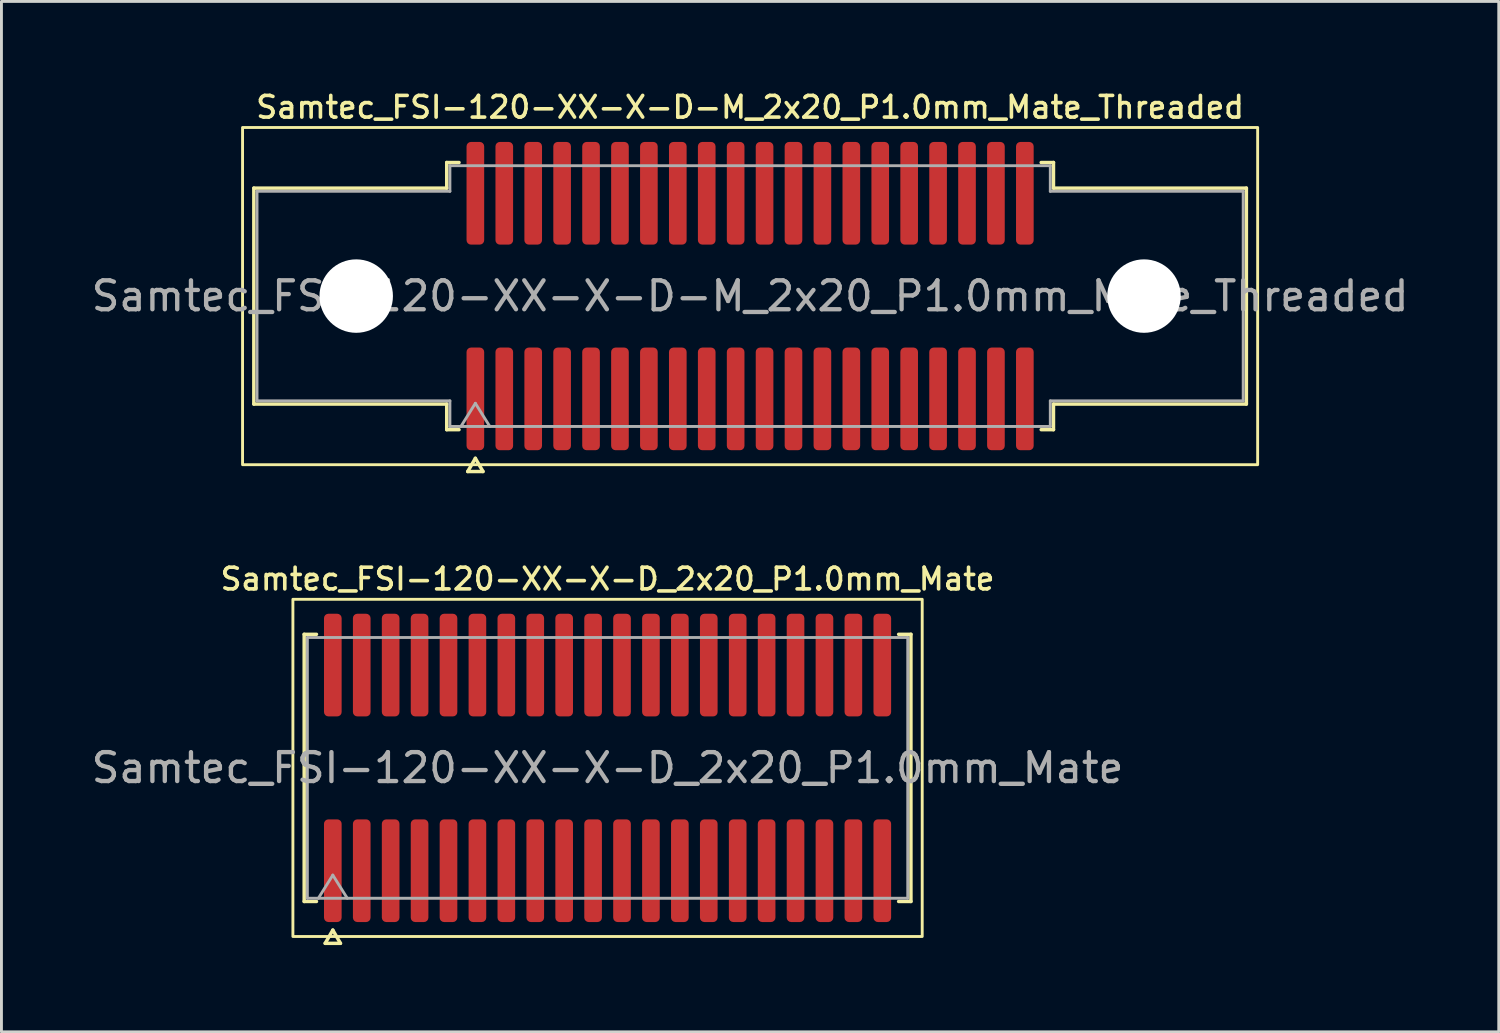
<source format=kicad_pcb>
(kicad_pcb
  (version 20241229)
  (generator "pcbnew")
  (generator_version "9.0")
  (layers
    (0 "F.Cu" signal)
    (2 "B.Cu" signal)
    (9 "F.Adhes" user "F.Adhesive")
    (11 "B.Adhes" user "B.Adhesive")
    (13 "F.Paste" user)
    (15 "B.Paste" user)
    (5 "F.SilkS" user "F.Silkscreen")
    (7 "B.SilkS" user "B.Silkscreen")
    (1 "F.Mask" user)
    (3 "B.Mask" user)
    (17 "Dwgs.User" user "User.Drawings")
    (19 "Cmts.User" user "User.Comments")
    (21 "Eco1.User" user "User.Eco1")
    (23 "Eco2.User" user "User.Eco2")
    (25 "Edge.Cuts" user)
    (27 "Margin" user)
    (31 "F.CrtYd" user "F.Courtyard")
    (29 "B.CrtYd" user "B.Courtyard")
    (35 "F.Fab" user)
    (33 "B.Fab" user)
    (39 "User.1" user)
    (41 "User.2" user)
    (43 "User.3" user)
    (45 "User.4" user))
  (footprint "Samtec_FSI-120-XX-X-D_2x20_P1.0mm_Mate"
    (layer "F.Cu")
    (at 17.958 23.502)
    (property "Reference" "Samtec_FSI-120-XX-X-D_2x20_P1.0mm_Mate" (at 0 -6.53 0) (layer "F.SilkS") (effects (font (size 0.75 0.75) (thickness 0.125))))
    (attr exclude_from_pos_files exclude_from_bom)
    (fp_line (start -10.49 -4.619) (end -10.065 -4.619) (stroke (width 0.12) (type solid)) (layer "F.SilkS"))
    (fp_line (start -10.49 4.619) (end -10.49 -4.619) (stroke (width 0.12) (type solid)) (layer "F.SilkS"))
    (fp_line (start -10.065 4.619) (end -10.49 4.619) (stroke (width 0.12) (type solid)) (layer "F.SilkS"))
    (fp_line (start -9.764 6.066) (end -9.5 5.609) (stroke (width 0.12) (type solid)) (layer "F.SilkS"))
    (fp_line (start -9.5 5.609) (end -9.236 6.066) (stroke (width 0.12) (type solid)) (layer "F.SilkS"))
    (fp_line (start -9.236 6.066) (end -9.764 6.066) (stroke (width 0.12) (type solid)) (layer "F.SilkS"))
    (fp_line (start 10.065 -4.619) (end 10.49 -4.619) (stroke (width 0.12) (type solid)) (layer "F.SilkS"))
    (fp_line (start 10.49 -4.619) (end 10.49 4.619) (stroke (width 0.12) (type solid)) (layer "F.SilkS"))
    (fp_line (start 10.49 4.619) (end 10.065 4.619) (stroke (width 0.12) (type solid)) (layer "F.SilkS"))
    (fp_rect (start -10.88 -5.83) (end 10.88 5.83) (stroke (width 0.1) (type solid)) (fill no) (layer "F.SilkS"))
    (fp_line (start -10.38 -4.508) (end 10.38 -4.508) (stroke (width 0.1) (type solid)) (layer "F.Fab"))
    (fp_line (start -10.38 4.508) (end -10.38 -4.508) (stroke (width 0.1) (type solid)) (layer "F.Fab"))
    (fp_line (start -10 4.508) (end -9.5 3.708) (stroke (width 0.1) (type solid)) (layer "F.Fab"))
    (fp_line (start -9.5 3.708) (end -9 4.508) (stroke (width 0.1) (type solid)) (layer "F.Fab"))
    (fp_line (start 10.38 -4.508) (end 10.38 4.508) (stroke (width 0.1) (type solid)) (layer "F.Fab"))
    (fp_line (start 10.38 4.508) (end -10.38 4.508) (stroke (width 0.1) (type solid)) (layer "F.Fab"))
    (fp_text user "${REFERENCE}" (at 0 0 0) (layer "F.Fab") (effects (font (size 1 1) (thickness 0.15))))
    (pad "1" smd roundrect (at -9.5 3.555) (size 0.61 3.55) (layers "F.Cu" "F.Mask") (roundrect_rratio 0.25))
    (pad "2" smd roundrect (at -9.5 -3.555) (size 0.61 3.55) (layers "F.Cu" "F.Mask") (roundrect_rratio 0.25))
    (pad "3" smd roundrect (at -8.5 3.555) (size 0.61 3.55) (layers "F.Cu" "F.Mask") (roundrect_rratio 0.25))
    (pad "4" smd roundrect (at -8.5 -3.555) (size 0.61 3.55) (layers "F.Cu" "F.Mask") (roundrect_rratio 0.25))
    (pad "5" smd roundrect (at -7.5 3.555) (size 0.61 3.55) (layers "F.Cu" "F.Mask") (roundrect_rratio 0.25))
    (pad "6" smd roundrect (at -7.5 -3.555) (size 0.61 3.55) (layers "F.Cu" "F.Mask") (roundrect_rratio 0.25))
    (pad "7" smd roundrect (at -6.5 3.555) (size 0.61 3.55) (layers "F.Cu" "F.Mask") (roundrect_rratio 0.25))
    (pad "8" smd roundrect (at -6.5 -3.555) (size 0.61 3.55) (layers "F.Cu" "F.Mask") (roundrect_rratio 0.25))
    (pad "9" smd roundrect (at -5.5 3.555) (size 0.61 3.55) (layers "F.Cu" "F.Mask") (roundrect_rratio 0.25))
    (pad "10" smd roundrect (at -5.5 -3.555) (size 0.61 3.55) (layers "F.Cu" "F.Mask") (roundrect_rratio 0.25))
    (pad "11" smd roundrect (at -4.5 3.555) (size 0.61 3.55) (layers "F.Cu" "F.Mask") (roundrect_rratio 0.25))
    (pad "12" smd roundrect (at -4.5 -3.555) (size 0.61 3.55) (layers "F.Cu" "F.Mask") (roundrect_rratio 0.25))
    (pad "13" smd roundrect (at -3.5 3.555) (size 0.61 3.55) (layers "F.Cu" "F.Mask") (roundrect_rratio 0.25))
    (pad "14" smd roundrect (at -3.5 -3.555) (size 0.61 3.55) (layers "F.Cu" "F.Mask") (roundrect_rratio 0.25))
    (pad "15" smd roundrect (at -2.5 3.555) (size 0.61 3.55) (layers "F.Cu" "F.Mask") (roundrect_rratio 0.25))
    (pad "16" smd roundrect (at -2.5 -3.555) (size 0.61 3.55) (layers "F.Cu" "F.Mask") (roundrect_rratio 0.25))
    (pad "17" smd roundrect (at -1.5 3.555) (size 0.61 3.55) (layers "F.Cu" "F.Mask") (roundrect_rratio 0.25))
    (pad "18" smd roundrect (at -1.5 -3.555) (size 0.61 3.55) (layers "F.Cu" "F.Mask") (roundrect_rratio 0.25))
    (pad "19" smd roundrect (at -0.5 3.555) (size 0.61 3.55) (layers "F.Cu" "F.Mask") (roundrect_rratio 0.25))
    (pad "20" smd roundrect (at -0.5 -3.555) (size 0.61 3.55) (layers "F.Cu" "F.Mask") (roundrect_rratio 0.25))
    (pad "21" smd roundrect (at 0.5 3.555) (size 0.61 3.55) (layers "F.Cu" "F.Mask") (roundrect_rratio 0.25))
    (pad "22" smd roundrect (at 0.5 -3.555) (size 0.61 3.55) (layers "F.Cu" "F.Mask") (roundrect_rratio 0.25))
    (pad "23" smd roundrect (at 1.5 3.555) (size 0.61 3.55) (layers "F.Cu" "F.Mask") (roundrect_rratio 0.25))
    (pad "24" smd roundrect (at 1.5 -3.555) (size 0.61 3.55) (layers "F.Cu" "F.Mask") (roundrect_rratio 0.25))
    (pad "25" smd roundrect (at 2.5 3.555) (size 0.61 3.55) (layers "F.Cu" "F.Mask") (roundrect_rratio 0.25))
    (pad "26" smd roundrect (at 2.5 -3.555) (size 0.61 3.55) (layers "F.Cu" "F.Mask") (roundrect_rratio 0.25))
    (pad "27" smd roundrect (at 3.5 3.555) (size 0.61 3.55) (layers "F.Cu" "F.Mask") (roundrect_rratio 0.25))
    (pad "28" smd roundrect (at 3.5 -3.555) (size 0.61 3.55) (layers "F.Cu" "F.Mask") (roundrect_rratio 0.25))
    (pad "29" smd roundrect (at 4.5 3.555) (size 0.61 3.55) (layers "F.Cu" "F.Mask") (roundrect_rratio 0.25))
    (pad "30" smd roundrect (at 4.5 -3.555) (size 0.61 3.55) (layers "F.Cu" "F.Mask") (roundrect_rratio 0.25))
    (pad "31" smd roundrect (at 5.5 3.555) (size 0.61 3.55) (layers "F.Cu" "F.Mask") (roundrect_rratio 0.25))
    (pad "32" smd roundrect (at 5.5 -3.555) (size 0.61 3.55) (layers "F.Cu" "F.Mask") (roundrect_rratio 0.25))
    (pad "33" smd roundrect (at 6.5 3.555) (size 0.61 3.55) (layers "F.Cu" "F.Mask") (roundrect_rratio 0.25))
    (pad "34" smd roundrect (at 6.5 -3.555) (size 0.61 3.55) (layers "F.Cu" "F.Mask") (roundrect_rratio 0.25))
    (pad "35" smd roundrect (at 7.5 3.555) (size 0.61 3.55) (layers "F.Cu" "F.Mask") (roundrect_rratio 0.25))
    (pad "36" smd roundrect (at 7.5 -3.555) (size 0.61 3.55) (layers "F.Cu" "F.Mask") (roundrect_rratio 0.25))
    (pad "37" smd roundrect (at 8.5 3.555) (size 0.61 3.55) (layers "F.Cu" "F.Mask") (roundrect_rratio 0.25))
    (pad "38" smd roundrect (at 8.5 -3.555) (size 0.61 3.55) (layers "F.Cu" "F.Mask") (roundrect_rratio 0.25))
    (pad "39" smd roundrect (at 9.5 3.555) (size 0.61 3.55) (layers "F.Cu" "F.Mask") (roundrect_rratio 0.25))
    (pad "40" smd roundrect (at 9.5 -3.555) (size 0.61 3.55) (layers "F.Cu" "F.Mask") (roundrect_rratio 0.25)))
  (footprint "Samtec_FSI-120-XX-X-D-M_2x20_P1.0mm_Mate_Threaded"
    (layer "F.Cu")
    (at 22.887 7.188)
    (property "Reference" "Samtec_FSI-120-XX-X-D-M_2x20_P1.0mm_Mate_Threaded" (at 0 -6.53 0) (layer "F.SilkS") (effects (font (size 0.75 0.75) (thickness 0.125))))
    (attr exclude_from_pos_files exclude_from_bom)
    (fp_line (start -17.16 -3.733) (end -10.49 -3.733) (stroke (width 0.12) (type solid)) (layer "F.SilkS"))
    (fp_line (start -17.16 3.733) (end -17.16 -3.733) (stroke (width 0.12) (type solid)) (layer "F.SilkS"))
    (fp_line (start -10.49 -4.619) (end -10.065 -4.619) (stroke (width 0.12) (type solid)) (layer "F.SilkS"))
    (fp_line (start -10.49 -3.733) (end -10.49 -4.619) (stroke (width 0.12) (type solid)) (layer "F.SilkS"))
    (fp_line (start -10.49 3.733) (end -17.16 3.733) (stroke (width 0.12) (type solid)) (layer "F.SilkS"))
    (fp_line (start -10.49 4.619) (end -10.49 3.733) (stroke (width 0.12) (type solid)) (layer "F.SilkS"))
    (fp_line (start -10.065 4.619) (end -10.49 4.619) (stroke (width 0.12) (type solid)) (layer "F.SilkS"))
    (fp_line (start -9.764 6.066) (end -9.5 5.609) (stroke (width 0.12) (type solid)) (layer "F.SilkS"))
    (fp_line (start -9.5 5.609) (end -9.236 6.066) (stroke (width 0.12) (type solid)) (layer "F.SilkS"))
    (fp_line (start -9.236 6.066) (end -9.764 6.066) (stroke (width 0.12) (type solid)) (layer "F.SilkS"))
    (fp_line (start 10.065 -4.619) (end 10.49 -4.619) (stroke (width 0.12) (type solid)) (layer "F.SilkS"))
    (fp_line (start 10.49 -4.619) (end 10.49 -3.733) (stroke (width 0.12) (type solid)) (layer "F.SilkS"))
    (fp_line (start 10.49 -3.733) (end 17.16 -3.733) (stroke (width 0.12) (type solid)) (layer "F.SilkS"))
    (fp_line (start 10.49 3.733) (end 10.49 4.619) (stroke (width 0.12) (type solid)) (layer "F.SilkS"))
    (fp_line (start 10.49 4.619) (end 10.065 4.619) (stroke (width 0.12) (type solid)) (layer "F.SilkS"))
    (fp_line (start 17.16 -3.733) (end 17.16 3.733) (stroke (width 0.12) (type solid)) (layer "F.SilkS"))
    (fp_line (start 17.16 3.733) (end 10.49 3.733) (stroke (width 0.12) (type solid)) (layer "F.SilkS"))
    (fp_rect (start -17.55 -5.83) (end 17.55 5.83) (stroke (width 0.1) (type solid)) (fill no) (layer "F.SilkS"))
    (fp_line (start -17.05 -3.623) (end -10.38 -3.623) (stroke (width 0.1) (type solid)) (layer "F.Fab"))
    (fp_line (start -17.05 3.623) (end -17.05 -3.623) (stroke (width 0.1) (type solid)) (layer "F.Fab"))
    (fp_line (start -10.38 -4.508) (end 10.38 -4.508) (stroke (width 0.1) (type solid)) (layer "F.Fab"))
    (fp_line (start -10.38 -3.623) (end -10.38 -4.508) (stroke (width 0.1) (type solid)) (layer "F.Fab"))
    (fp_line (start -10.38 3.623) (end -17.05 3.623) (stroke (width 0.1) (type solid)) (layer "F.Fab"))
    (fp_line (start -10.38 4.508) (end -10.38 3.623) (stroke (width 0.1) (type solid)) (layer "F.Fab"))
    (fp_line (start -10 4.508) (end -9.5 3.708) (stroke (width 0.1) (type solid)) (layer "F.Fab"))
    (fp_line (start -9.5 3.708) (end -9 4.508) (stroke (width 0.1) (type solid)) (layer "F.Fab"))
    (fp_line (start 10.38 -4.508) (end 10.38 -3.623) (stroke (width 0.1) (type solid)) (layer "F.Fab"))
    (fp_line (start 10.38 -3.623) (end 17.05 -3.623) (stroke (width 0.1) (type solid)) (layer "F.Fab"))
    (fp_line (start 10.38 3.623) (end 10.38 4.508) (stroke (width 0.1) (type solid)) (layer "F.Fab"))
    (fp_line (start 10.38 4.508) (end -10.38 4.508) (stroke (width 0.1) (type solid)) (layer "F.Fab"))
    (fp_line (start 17.05 -3.623) (end 17.05 3.623) (stroke (width 0.1) (type solid)) (layer "F.Fab"))
    (fp_line (start 17.05 3.623) (end 10.38 3.623) (stroke (width 0.1) (type solid)) (layer "F.Fab"))
    (fp_text user "${REFERENCE}" (at 0 0 0) (layer "F.Fab") (effects (font (size 1 1) (thickness 0.15))))
    (pad "" np_thru_hole circle (at -13.62 0) (size 2.54 2.54) (drill 2.54) (layers "*.Cu" "*.Mask"))
    (pad "" np_thru_hole circle (at 13.62 0) (size 2.54 2.54) (drill 2.54) (layers "*.Cu" "*.Mask"))
    (pad "1" smd roundrect (at -9.5 3.555) (size 0.61 3.55) (layers "F.Cu" "F.Mask") (roundrect_rratio 0.25))
    (pad "2" smd roundrect (at -9.5 -3.555) (size 0.61 3.55) (layers "F.Cu" "F.Mask") (roundrect_rratio 0.25))
    (pad "3" smd roundrect (at -8.5 3.555) (size 0.61 3.55) (layers "F.Cu" "F.Mask") (roundrect_rratio 0.25))
    (pad "4" smd roundrect (at -8.5 -3.555) (size 0.61 3.55) (layers "F.Cu" "F.Mask") (roundrect_rratio 0.25))
    (pad "5" smd roundrect (at -7.5 3.555) (size 0.61 3.55) (layers "F.Cu" "F.Mask") (roundrect_rratio 0.25))
    (pad "6" smd roundrect (at -7.5 -3.555) (size 0.61 3.55) (layers "F.Cu" "F.Mask") (roundrect_rratio 0.25))
    (pad "7" smd roundrect (at -6.5 3.555) (size 0.61 3.55) (layers "F.Cu" "F.Mask") (roundrect_rratio 0.25))
    (pad "8" smd roundrect (at -6.5 -3.555) (size 0.61 3.55) (layers "F.Cu" "F.Mask") (roundrect_rratio 0.25))
    (pad "9" smd roundrect (at -5.5 3.555) (size 0.61 3.55) (layers "F.Cu" "F.Mask") (roundrect_rratio 0.25))
    (pad "10" smd roundrect (at -5.5 -3.555) (size 0.61 3.55) (layers "F.Cu" "F.Mask") (roundrect_rratio 0.25))
    (pad "11" smd roundrect (at -4.5 3.555) (size 0.61 3.55) (layers "F.Cu" "F.Mask") (roundrect_rratio 0.25))
    (pad "12" smd roundrect (at -4.5 -3.555) (size 0.61 3.55) (layers "F.Cu" "F.Mask") (roundrect_rratio 0.25))
    (pad "13" smd roundrect (at -3.5 3.555) (size 0.61 3.55) (layers "F.Cu" "F.Mask") (roundrect_rratio 0.25))
    (pad "14" smd roundrect (at -3.5 -3.555) (size 0.61 3.55) (layers "F.Cu" "F.Mask") (roundrect_rratio 0.25))
    (pad "15" smd roundrect (at -2.5 3.555) (size 0.61 3.55) (layers "F.Cu" "F.Mask") (roundrect_rratio 0.25))
    (pad "16" smd roundrect (at -2.5 -3.555) (size 0.61 3.55) (layers "F.Cu" "F.Mask") (roundrect_rratio 0.25))
    (pad "17" smd roundrect (at -1.5 3.555) (size 0.61 3.55) (layers "F.Cu" "F.Mask") (roundrect_rratio 0.25))
    (pad "18" smd roundrect (at -1.5 -3.555) (size 0.61 3.55) (layers "F.Cu" "F.Mask") (roundrect_rratio 0.25))
    (pad "19" smd roundrect (at -0.5 3.555) (size 0.61 3.55) (layers "F.Cu" "F.Mask") (roundrect_rratio 0.25))
    (pad "20" smd roundrect (at -0.5 -3.555) (size 0.61 3.55) (layers "F.Cu" "F.Mask") (roundrect_rratio 0.25))
    (pad "21" smd roundrect (at 0.5 3.555) (size 0.61 3.55) (layers "F.Cu" "F.Mask") (roundrect_rratio 0.25))
    (pad "22" smd roundrect (at 0.5 -3.555) (size 0.61 3.55) (layers "F.Cu" "F.Mask") (roundrect_rratio 0.25))
    (pad "23" smd roundrect (at 1.5 3.555) (size 0.61 3.55) (layers "F.Cu" "F.Mask") (roundrect_rratio 0.25))
    (pad "24" smd roundrect (at 1.5 -3.555) (size 0.61 3.55) (layers "F.Cu" "F.Mask") (roundrect_rratio 0.25))
    (pad "25" smd roundrect (at 2.5 3.555) (size 0.61 3.55) (layers "F.Cu" "F.Mask") (roundrect_rratio 0.25))
    (pad "26" smd roundrect (at 2.5 -3.555) (size 0.61 3.55) (layers "F.Cu" "F.Mask") (roundrect_rratio 0.25))
    (pad "27" smd roundrect (at 3.5 3.555) (size 0.61 3.55) (layers "F.Cu" "F.Mask") (roundrect_rratio 0.25))
    (pad "28" smd roundrect (at 3.5 -3.555) (size 0.61 3.55) (layers "F.Cu" "F.Mask") (roundrect_rratio 0.25))
    (pad "29" smd roundrect (at 4.5 3.555) (size 0.61 3.55) (layers "F.Cu" "F.Mask") (roundrect_rratio 0.25))
    (pad "30" smd roundrect (at 4.5 -3.555) (size 0.61 3.55) (layers "F.Cu" "F.Mask") (roundrect_rratio 0.25))
    (pad "31" smd roundrect (at 5.5 3.555) (size 0.61 3.55) (layers "F.Cu" "F.Mask") (roundrect_rratio 0.25))
    (pad "32" smd roundrect (at 5.5 -3.555) (size 0.61 3.55) (layers "F.Cu" "F.Mask") (roundrect_rratio 0.25))
    (pad "33" smd roundrect (at 6.5 3.555) (size 0.61 3.55) (layers "F.Cu" "F.Mask") (roundrect_rratio 0.25))
    (pad "34" smd roundrect (at 6.5 -3.555) (size 0.61 3.55) (layers "F.Cu" "F.Mask") (roundrect_rratio 0.25))
    (pad "35" smd roundrect (at 7.5 3.555) (size 0.61 3.55) (layers "F.Cu" "F.Mask") (roundrect_rratio 0.25))
    (pad "36" smd roundrect (at 7.5 -3.555) (size 0.61 3.55) (layers "F.Cu" "F.Mask") (roundrect_rratio 0.25))
    (pad "37" smd roundrect (at 8.5 3.555) (size 0.61 3.55) (layers "F.Cu" "F.Mask") (roundrect_rratio 0.25))
    (pad "38" smd roundrect (at 8.5 -3.555) (size 0.61 3.55) (layers "F.Cu" "F.Mask") (roundrect_rratio 0.25))
    (pad "39" smd roundrect (at 9.5 3.555) (size 0.61 3.55) (layers "F.Cu" "F.Mask") (roundrect_rratio 0.25))
    (pad "40" smd roundrect (at 9.5 -3.555) (size 0.61 3.55) (layers "F.Cu" "F.Mask") (roundrect_rratio 0.25)))
  (gr_rect
    (start -3 -3)
    (end 48.774 32.628)
    (stroke (width 0.1) (type default))
    (fill no)
    (layer "Edge.Cuts")))
</source>
